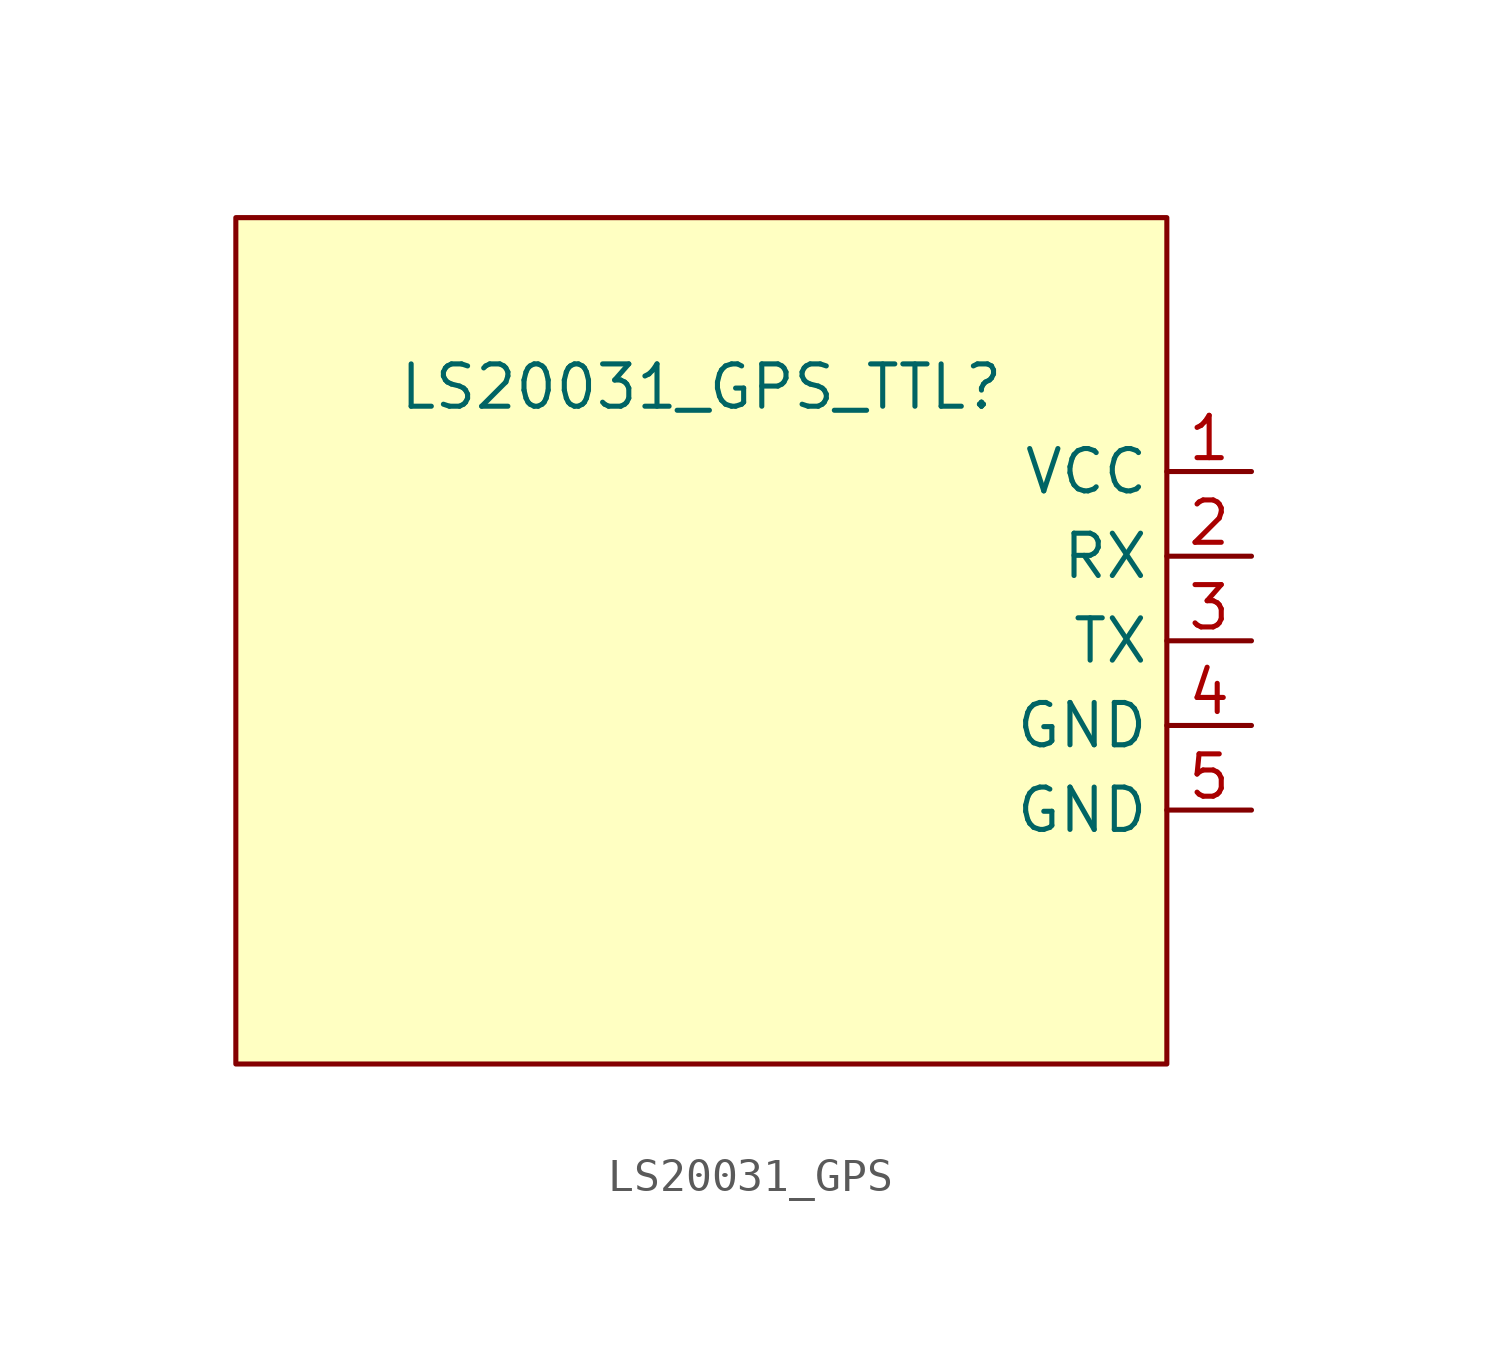
<source format=kicad_sym>
(kicad_symbol_lib
  (version 20220914)
  (generator kicad_symbol_editor)
  (symbol "LS20031_GPS"
    (property "Reference" "LS20031_GPS_TTL"
      (at 0 2.54 0)
      (effects (font (size 1.27 1.27))))
    (symbol "LS20031_GPS_1_1"
      (rectangle (start -13.97 7.62) (end 13.97 -17.78) (stroke (width 0) (type default)) (fill (type background)))
      (pin power_in line (at 16.51 0 180) (length 2.54) (name "VCC" (effects (font (size 1.27 1.27)))) (number "1" (effects (font (size 1.27 1.27)))))
      (pin input line (at 16.51 -2.54 180) (length 2.54) (name "RX" (effects (font (size 1.27 1.27)))) (number "2" (effects (font (size 1.27 1.27)))))
      (pin output line (at 16.51 -5.08 180) (length 2.54) (name "TX" (effects (font (size 1.27 1.27)))) (number "3" (effects (font (size 1.27 1.27)))))
      (pin power_in line (at 16.51 -7.62 180) (length 2.54) (name "GND" (effects (font (size 1.27 1.27)))) (number "4" (effects (font (size 1.27 1.27)))))
      (pin power_in line (at 16.51 -10.16 180) (length 2.54) (name "GND" (effects (font (size 1.27 1.27)))) (number "5" (effects (font (size 1.27 1.27))))))))
</source>
